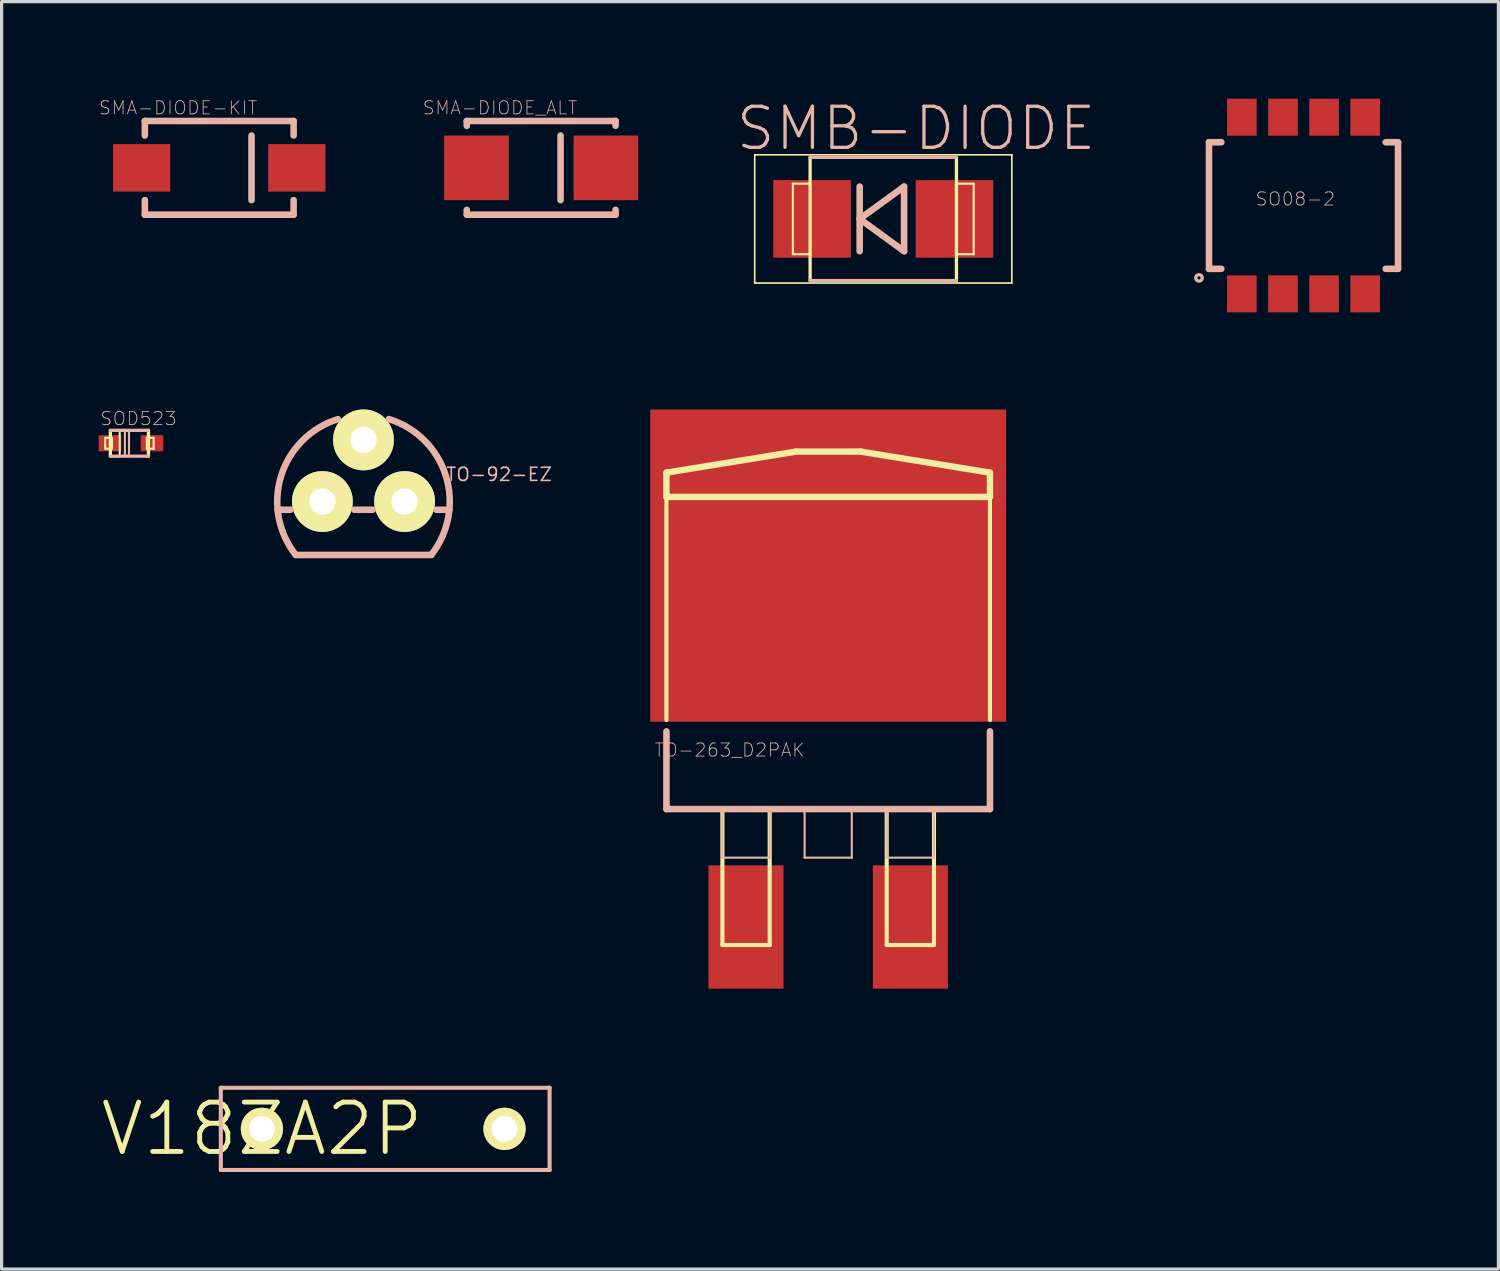
<source format=kicad_pcb>
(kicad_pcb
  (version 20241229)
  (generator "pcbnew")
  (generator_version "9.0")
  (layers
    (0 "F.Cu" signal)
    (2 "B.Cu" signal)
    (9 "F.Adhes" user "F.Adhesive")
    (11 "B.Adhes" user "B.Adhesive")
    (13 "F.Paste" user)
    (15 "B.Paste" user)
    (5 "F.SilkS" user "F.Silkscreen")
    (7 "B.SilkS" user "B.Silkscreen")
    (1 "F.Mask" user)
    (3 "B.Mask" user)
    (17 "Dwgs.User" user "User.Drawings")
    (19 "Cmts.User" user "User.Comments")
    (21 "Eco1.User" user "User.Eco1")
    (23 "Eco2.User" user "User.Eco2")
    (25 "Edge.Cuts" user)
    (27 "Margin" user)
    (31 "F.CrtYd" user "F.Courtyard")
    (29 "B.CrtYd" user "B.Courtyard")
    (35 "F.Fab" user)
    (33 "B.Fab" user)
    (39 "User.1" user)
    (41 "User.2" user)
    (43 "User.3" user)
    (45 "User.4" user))
  (footprint "TO-263_D2PAK"
    (layer "F.Cu")
    (at 22.544 18.554)
    (property "Reference" "TO-263_D2PAK" (at -3.048 1.575 0) (layer "B.SilkS") (effects (font (size 0.406 0.406) (thickness 0.025))))
    (attr smd)
    (fp_line (start -4.999 -6.998) (end -0.998 -7.648) (stroke (width 0.198) (type solid)) (layer "F.SilkS"))
    (fp_line (start -4.999 -6.248) (end -4.999 -6.998) (stroke (width 0.198) (type solid)) (layer "F.SilkS"))
    (fp_line (start -4.999 -6.248) (end -4.999 0.648) (stroke (width 0.127) (type solid)) (layer "F.SilkS"))
    (fp_line (start -3.269 3.399) (end -1.808 3.399) (stroke (width 0.066) (type solid)) (layer "F.SilkS"))
    (fp_line (start -3.269 3.399) (end -1.808 3.399) (stroke (width 0.127) (type solid)) (layer "F.SilkS"))
    (fp_line (start -3.269 7.6) (end -3.269 3.399) (stroke (width 0.066) (type solid)) (layer "F.SilkS"))
    (fp_line (start -3.269 7.6) (end -3.269 3.399) (stroke (width 0.127) (type solid)) (layer "F.SilkS"))
    (fp_line (start -3.269 7.6) (end -1.808 7.6) (stroke (width 0.066) (type solid)) (layer "F.SilkS"))
    (fp_line (start -1.808 3.399) (end -1.808 7.6) (stroke (width 0.127) (type solid)) (layer "F.SilkS"))
    (fp_line (start -1.808 7.6) (end -3.269 7.6) (stroke (width 0.127) (type solid)) (layer "F.SilkS"))
    (fp_line (start -1.808 7.6) (end -1.808 3.399) (stroke (width 0.066) (type solid)) (layer "F.SilkS"))
    (fp_line (start -0.998 -7.648) (end 0.998 -7.648) (stroke (width 0.198) (type solid)) (layer "F.SilkS"))
    (fp_line (start 0.998 -7.648) (end 4.999 -6.998) (stroke (width 0.198) (type solid)) (layer "F.SilkS"))
    (fp_line (start 1.808 3.399) (end 1.808 7.6) (stroke (width 0.127) (type solid)) (layer "F.SilkS"))
    (fp_line (start 1.808 3.399) (end 3.269 3.399) (stroke (width 0.066) (type solid)) (layer "F.SilkS"))
    (fp_line (start 1.808 7.6) (end 1.808 3.399) (stroke (width 0.066) (type solid)) (layer "F.SilkS"))
    (fp_line (start 1.808 7.6) (end 3.269 7.6) (stroke (width 0.066) (type solid)) (layer "F.SilkS"))
    (fp_line (start 1.808 7.6) (end 3.269 7.6) (stroke (width 0.127) (type solid)) (layer "F.SilkS"))
    (fp_line (start 3.269 3.399) (end 1.808 3.399) (stroke (width 0.127) (type solid)) (layer "F.SilkS"))
    (fp_line (start 3.269 7.6) (end 3.269 3.399) (stroke (width 0.066) (type solid)) (layer "F.SilkS"))
    (fp_line (start 3.269 7.6) (end 3.269 3.399) (stroke (width 0.127) (type solid)) (layer "F.SilkS"))
    (fp_line (start 4.999 -6.998) (end 4.999 -6.248) (stroke (width 0.198) (type solid)) (layer "F.SilkS"))
    (fp_line (start 4.999 -6.248) (end -4.999 -6.248) (stroke (width 0.198) (type solid)) (layer "F.SilkS"))
    (fp_line (start 4.999 0.648) (end 4.999 -6.248) (stroke (width 0.127) (type solid)) (layer "F.SilkS"))
    (fp_line (start -4.999 3.399) (end -4.999 0.998) (stroke (width 0.203) (type solid)) (layer "B.SilkS"))
    (fp_line (start -3.269 3.399) (end -1.808 3.399) (stroke (width 0.066) (type solid)) (layer "B.SilkS"))
    (fp_line (start -3.269 4.9) (end -3.269 3.399) (stroke (width 0.066) (type solid)) (layer "B.SilkS"))
    (fp_line (start -3.269 4.9) (end -1.808 4.9) (stroke (width 0.066) (type solid)) (layer "B.SilkS"))
    (fp_line (start -1.808 4.9) (end -1.808 3.399) (stroke (width 0.066) (type solid)) (layer "B.SilkS"))
    (fp_line (start -0.729 3.399) (end 0.729 3.399) (stroke (width 0.066) (type solid)) (layer "B.SilkS"))
    (fp_line (start -0.729 4.9) (end -0.729 3.399) (stroke (width 0.066) (type solid)) (layer "B.SilkS"))
    (fp_line (start -0.729 4.9) (end 0.729 4.9) (stroke (width 0.066) (type solid)) (layer "B.SilkS"))
    (fp_line (start 0.729 4.9) (end 0.729 3.399) (stroke (width 0.066) (type solid)) (layer "B.SilkS"))
    (fp_line (start 1.808 3.399) (end 3.269 3.399) (stroke (width 0.066) (type solid)) (layer "B.SilkS"))
    (fp_line (start 1.808 4.9) (end 1.808 3.399) (stroke (width 0.066) (type solid)) (layer "B.SilkS"))
    (fp_line (start 1.808 4.9) (end 3.269 4.9) (stroke (width 0.066) (type solid)) (layer "B.SilkS"))
    (fp_line (start 3.269 4.9) (end 3.269 3.399) (stroke (width 0.066) (type solid)) (layer "B.SilkS"))
    (fp_line (start 4.999 0.998) (end 4.999 3.399) (stroke (width 0.203) (type solid)) (layer "B.SilkS"))
    (fp_line (start 4.999 3.399) (end -4.999 3.399) (stroke (width 0.203) (type solid)) (layer "B.SilkS"))
    (pad "1" smd rect (at -2.54 7.043) (size 2.319 3.81) (layers "F.Cu" "F.Mask" "F.Paste"))
    (pad "2" smd rect (at 0 -4.125) (size 10.998 9.649) (layers "F.Cu" "F.Mask" "F.Paste"))
    (pad "3" smd rect (at 2.54 7.043) (size 2.319 3.81) (layers "F.Cu" "F.Mask" "F.Paste")))
  (footprint "SMA-DIODE_ALT"
    (layer "F.Cu")
    (at 13.674 2.137)
    (property "Reference" "SMA-DIODE_ALT" (at -1.27 -1.854 0) (layer "B.SilkS") (effects (font (size 0.406 0.406) (thickness 0.025))))
    (attr smd)
    (fp_line (start -2.299 -1.448) (end 2.299 -1.448) (stroke (width 0.203) (type solid)) (layer "B.SilkS"))
    (fp_line (start -2.299 -1.298) (end -2.299 -1.448) (stroke (width 0.203) (type solid)) (layer "B.SilkS"))
    (fp_line (start -2.299 1.448) (end -2.299 1.298) (stroke (width 0.203) (type solid)) (layer "B.SilkS"))
    (fp_line (start 0.599 -0.998) (end 0.599 0.998) (stroke (width 0.203) (type solid)) (layer "B.SilkS"))
    (fp_line (start 2.299 -1.448) (end 2.299 -1.298) (stroke (width 0.203) (type solid)) (layer "B.SilkS"))
    (fp_line (start 2.299 1.298) (end 2.299 1.448) (stroke (width 0.203) (type solid)) (layer "B.SilkS"))
    (fp_line (start 2.299 1.448) (end -2.299 1.448) (stroke (width 0.203) (type solid)) (layer "B.SilkS"))
    (pad "A" smd rect (at -1.999 0 180) (size 1.999 1.999) (layers "F.Cu" "F.Mask" "F.Paste"))
    (pad "C" smd rect (at 1.999 0) (size 1.999 1.999) (layers "F.Cu" "F.Mask" "F.Paste")))
  (footprint "TO-92-EZ"
    (layer "F.Cu")
    (at 8.183 12.449)
    (property "Reference" "TO-92-EZ" (at 4.191 -0.838 0) (layer "B.SilkS") (effects (font (size 0.406 0.406) (thickness 0.051))))
    (attr exclude_from_pos_files exclude_from_bom)
    (fp_circle (center -1.27 0) (end -1.781 0.511) (stroke (width 0) (type solid)) (fill yes) (layer "F.SilkS"))
    (fp_circle (center -1.27 0) (end -1.524 0.254) (stroke (width 0) (type solid)) (fill yes) (layer "F.SilkS"))
    (fp_circle (center 0 -1.905) (end -0.511 -2.416) (stroke (width 0) (type solid)) (fill yes) (layer "F.SilkS"))
    (fp_circle (center 0 -1.905) (end -0.254 -2.159) (stroke (width 0) (type solid)) (fill yes) (layer "F.SilkS"))
    (fp_circle (center 1.27 0) (end 1.524 0.254) (stroke (width 0) (type solid)) (fill yes) (layer "F.SilkS"))
    (fp_circle (center 1.27 0) (end 1.781 0.511) (stroke (width 0) (type solid)) (fill yes) (layer "F.SilkS"))
    (fp_line (start -2.654 0.254) (end -2.253 0.254) (stroke (width 0.203) (type solid)) (layer "B.SilkS"))
    (fp_line (start -2.093 1.651) (end 2.093 1.651) (stroke (width 0.203) (type solid)) (layer "B.SilkS"))
    (fp_line (start -0.284 0.254) (end 0.284 0.254) (stroke (width 0.203) (type solid)) (layer "B.SilkS"))
    (fp_line (start 2.253 0.254) (end 2.654 0.254) (stroke (width 0.203) (type solid)) (layer "B.SilkS"))
    (fp_arc (start -2.09296 1.651) (mid -2.546098 -0.789726) (end -0.791292 -2.545612) (stroke (width 0.2032) (type solid)) (layer "B.SilkS"))
    (fp_arc (start 0.78486 -2.54762) (mid 2.54411 -0.796164) (end 2.097139 1.645715) (stroke (width 0.2032) (type solid)) (layer "B.SilkS"))
    (pad "1" thru_hole circle (at -1.27 0) (size 1.88 1.88) (drill 0.813) (layers "*.Cu" "F.Mask" "F.SilkS" "F.Paste"))
    (pad "2" thru_hole circle (at 0 -1.905) (size 1.88 1.88) (drill 0.813) (layers "*.Cu" "F.Mask" "F.SilkS" "F.Paste"))
    (pad "3" thru_hole circle (at 1.27 0) (size 1.88 1.88) (drill 0.813) (layers "*.Cu" "F.Mask" "F.SilkS" "F.Paste")))
  (footprint "SMA-DIODE-KIT"
    (layer "F.Cu")
    (at 3.725 2.137)
    (property "Reference" "SMA-DIODE-KIT" (at -1.27 -1.854 0) (layer "B.SilkS") (effects (font (size 0.406 0.406) (thickness 0.025))))
    (attr smd)
    (fp_line (start -2.299 -1.448) (end 2.299 -1.448) (stroke (width 0.203) (type solid)) (layer "B.SilkS"))
    (fp_line (start -2.299 -0.998) (end -2.299 -1.448) (stroke (width 0.203) (type solid)) (layer "B.SilkS"))
    (fp_line (start -2.299 1.448) (end -2.299 0.998) (stroke (width 0.203) (type solid)) (layer "B.SilkS"))
    (fp_line (start 0.998 -0.998) (end 0.998 0.998) (stroke (width 0.203) (type solid)) (layer "B.SilkS"))
    (fp_line (start 2.299 -1.448) (end 2.299 -0.998) (stroke (width 0.203) (type solid)) (layer "B.SilkS"))
    (fp_line (start 2.299 0.998) (end 2.299 1.448) (stroke (width 0.203) (type solid)) (layer "B.SilkS"))
    (fp_line (start 2.299 1.448) (end -2.299 1.448) (stroke (width 0.203) (type solid)) (layer "B.SilkS"))
    (pad "A" smd rect (at -2.398 0 180) (size 1.768 1.468) (layers "F.Cu" "F.Mask" "F.Paste"))
    (pad "C" smd rect (at 2.398 0) (size 1.768 1.468) (layers "F.Cu" "F.Mask" "F.Paste")))
  (footprint "V18ZA2P"
    (layer "F.Cu")
    (at 5.044 31.836)
    (property "Reference" "V18ZA2P" (at 0 0 0) (layer "F.SilkS") (effects (font (size 1.524 1.524) (thickness 0.15))))
    (attr exclude_from_pos_files exclude_from_bom)
    (fp_line (start -1.27 -1.27) (end -1.27 1.27) (stroke (width 0.127) (type solid)) (layer "B.SilkS"))
    (fp_line (start -1.27 1.27) (end 8.89 1.27) (stroke (width 0.127) (type solid)) (layer "B.SilkS"))
    (fp_line (start 8.89 -1.27) (end -1.27 -1.27) (stroke (width 0.127) (type solid)) (layer "B.SilkS"))
    (fp_line (start 8.89 1.27) (end 8.89 -1.27) (stroke (width 0.127) (type solid)) (layer "B.SilkS"))
    (pad "P$1" thru_hole circle (at 0 0) (size 1.306 1.306) (drill 0.798) (layers "*.Cu" "F.Mask" "F.SilkS" "F.Paste"))
    (pad "P$2" thru_hole circle (at 7.498 0) (size 1.306 1.306) (drill 0.798) (layers "*.Cu" "F.Mask" "F.SilkS" "F.Paste")))
  (footprint "SMB-DIODE"
    (layer "F.Cu")
    (at 24.246 3.715)
    (property "Reference" "SMB-DIODE" (at 1.016 -2.794 0) (layer "B.SilkS") (effects (font (size 1.27 1.27) (thickness 0.102))))
    (attr smd)
    (fp_line (start -3.973 -1.981) (end 3.973 -1.981) (stroke (width 0.051) (type solid)) (layer "F.SilkS"))
    (fp_line (start -3.973 1.981) (end -3.973 -1.981) (stroke (width 0.051) (type solid)) (layer "F.SilkS"))
    (fp_line (start -2.794 -1.09) (end -2.261 -1.09) (stroke (width 0.066) (type solid)) (layer "F.SilkS"))
    (fp_line (start -2.794 1.09) (end -2.794 -1.09) (stroke (width 0.066) (type solid)) (layer "F.SilkS"))
    (fp_line (start -2.794 1.09) (end -2.261 1.09) (stroke (width 0.066) (type solid)) (layer "F.SilkS"))
    (fp_line (start -2.261 1.09) (end -2.261 -1.09) (stroke (width 0.066) (type solid)) (layer "F.SilkS"))
    (fp_line (start -2.261 1.905) (end -2.261 -1.905) (stroke (width 0.102) (type solid)) (layer "F.SilkS"))
    (fp_line (start 2.261 -1.09) (end 2.794 -1.09) (stroke (width 0.066) (type solid)) (layer "F.SilkS"))
    (fp_line (start 2.261 1.09) (end 2.261 -1.09) (stroke (width 0.066) (type solid)) (layer "F.SilkS"))
    (fp_line (start 2.261 1.09) (end 2.794 1.09) (stroke (width 0.066) (type solid)) (layer "F.SilkS"))
    (fp_line (start 2.261 1.905) (end 2.261 -1.905) (stroke (width 0.102) (type solid)) (layer "F.SilkS"))
    (fp_line (start 2.794 1.09) (end 2.794 -1.09) (stroke (width 0.066) (type solid)) (layer "F.SilkS"))
    (fp_line (start 3.973 -1.981) (end 3.973 1.981) (stroke (width 0.051) (type solid)) (layer "F.SilkS"))
    (fp_line (start 3.973 1.981) (end -3.973 1.981) (stroke (width 0.051) (type solid)) (layer "F.SilkS"))
    (fp_line (start -2.261 -1.905) (end 2.261 -1.905) (stroke (width 0.102) (type solid)) (layer "B.SilkS"))
    (fp_line (start -2.261 1.905) (end 2.261 1.905) (stroke (width 0.102) (type solid)) (layer "B.SilkS"))
    (fp_line (start -0.729 -0.998) (end -0.729 0.998) (stroke (width 0.203) (type solid)) (layer "B.SilkS"))
    (fp_line (start -0.729 0) (end 0.643 0.998) (stroke (width 0.203) (type solid)) (layer "B.SilkS"))
    (fp_line (start 0.643 -0.998) (end -0.729 0) (stroke (width 0.203) (type solid)) (layer "B.SilkS"))
    (fp_line (start 0.643 0.998) (end 0.643 -0.998) (stroke (width 0.203) (type solid)) (layer "B.SilkS"))
    (pad "A" smd rect (at 2.2 0) (size 2.398 2.398) (layers "F.Cu" "F.Mask" "F.Paste"))
    (pad "C" smd rect (at -2.2 0) (size 2.398 2.398) (layers "F.Cu" "F.Mask" "F.Paste")))
  (footprint "SOD523"
    (layer "F.Cu")
    (at 0.949 10.648)
    (property "Reference" "SOD523" (at 0.279 -0.762 0) (layer "B.SilkS") (effects (font (size 0.406 0.406) (thickness 0.025))))
    (attr smd)
    (fp_line (start -0.749 -0.168) (end -0.538 -0.168) (stroke (width 0.066) (type solid)) (layer "F.SilkS"))
    (fp_line (start -0.749 0.168) (end -0.749 -0.168) (stroke (width 0.066) (type solid)) (layer "F.SilkS"))
    (fp_line (start -0.749 0.168) (end -0.538 0.168) (stroke (width 0.066) (type solid)) (layer "F.SilkS"))
    (fp_line (start -0.589 -0.399) (end -0.3 -0.399) (stroke (width 0.066) (type solid)) (layer "F.SilkS"))
    (fp_line (start -0.589 0.399) (end -0.589 -0.399) (stroke (width 0.066) (type solid)) (layer "F.SilkS"))
    (fp_line (start -0.589 0.399) (end -0.589 -0.399) (stroke (width 0.102) (type solid)) (layer "F.SilkS"))
    (fp_line (start -0.589 0.399) (end -0.3 0.399) (stroke (width 0.066) (type solid)) (layer "F.SilkS"))
    (fp_line (start -0.538 0.168) (end -0.538 -0.168) (stroke (width 0.066) (type solid)) (layer "F.SilkS"))
    (fp_line (start -0.3 0.399) (end -0.3 -0.399) (stroke (width 0.066) (type solid)) (layer "F.SilkS"))
    (fp_line (start 0.538 -0.168) (end 0.749 -0.168) (stroke (width 0.066) (type solid)) (layer "F.SilkS"))
    (fp_line (start 0.538 0.168) (end 0.538 -0.168) (stroke (width 0.066) (type solid)) (layer "F.SilkS"))
    (fp_line (start 0.538 0.168) (end 0.749 0.168) (stroke (width 0.066) (type solid)) (layer "F.SilkS"))
    (fp_line (start 0.589 -0.399) (end 0.589 0.399) (stroke (width 0.102) (type solid)) (layer "F.SilkS"))
    (fp_line (start 0.749 0.168) (end 0.749 -0.168) (stroke (width 0.066) (type solid)) (layer "F.SilkS"))
    (fp_line (start -0.589 -0.399) (end 0.589 -0.399) (stroke (width 0.102) (type solid)) (layer "B.SilkS"))
    (fp_line (start -0.14 -0.381) (end -0.013 -0.381) (stroke (width 0.066) (type solid)) (layer "B.SilkS"))
    (fp_line (start -0.14 0.394) (end -0.14 -0.381) (stroke (width 0.066) (type solid)) (layer "B.SilkS"))
    (fp_line (start -0.14 0.394) (end -0.013 0.394) (stroke (width 0.066) (type solid)) (layer "B.SilkS"))
    (fp_line (start -0.013 0.394) (end -0.013 -0.381) (stroke (width 0.066) (type solid)) (layer "B.SilkS"))
    (fp_line (start 0.589 0.399) (end -0.589 0.399) (stroke (width 0.102) (type solid)) (layer "B.SilkS"))
    (pad "A" smd rect (at 0.699 0) (size 0.699 0.498) (layers "F.Cu" "F.Mask" "F.Paste"))
    (pad "C" smd rect (at -0.599 0) (size 0.699 0.498) (layers "F.Cu" "F.Mask" "F.Paste")))
  (footprint "SO08-2"
    (layer "F.Cu")
    (at 37.233 3.302)
    (property "Reference" "SO08-2" (at -0.254 -0.203 0) (layer "B.SilkS") (effects (font (size 0.406 0.406) (thickness 0.025))))
    (attr smd)
    (fp_line (start -2.921 -1.956) (end -2.921 1.956) (stroke (width 0.203) (type solid)) (layer "B.SilkS"))
    (fp_line (start -2.921 -1.956) (end -2.54 -1.956) (stroke (width 0.203) (type solid)) (layer "B.SilkS"))
    (fp_line (start -2.921 1.956) (end -2.54 1.956) (stroke (width 0.203) (type solid)) (layer "B.SilkS"))
    (fp_line (start 2.921 -1.956) (end 2.54 -1.956) (stroke (width 0.203) (type solid)) (layer "B.SilkS"))
    (fp_line (start 2.921 1.956) (end 2.54 1.956) (stroke (width 0.203) (type solid)) (layer "B.SilkS"))
    (fp_line (start 2.921 1.956) (end 2.921 -1.956) (stroke (width 0.203) (type solid)) (layer "B.SilkS"))
    (fp_circle (center -3.231 2.235) (end -3.302 2.306) (stroke (width 0.102) (type solid)) (fill no) (layer "B.SilkS"))
    (pad "1" smd rect (at -1.905 2.731) (size 0.914 1.143) (layers "F.Cu" "F.Mask" "F.Paste"))
    (pad "2" smd rect (at -0.635 2.731) (size 0.914 1.143) (layers "F.Cu" "F.Mask" "F.Paste"))
    (pad "3" smd rect (at 0.635 2.731) (size 0.914 1.143) (layers "F.Cu" "F.Mask" "F.Paste"))
    (pad "4" smd rect (at 1.905 2.731) (size 0.914 1.143) (layers "F.Cu" "F.Mask" "F.Paste"))
    (pad "5" smd rect (at 1.905 -2.731) (size 0.914 1.143) (layers "F.Cu" "F.Mask" "F.Paste"))
    (pad "6" smd rect (at 0.635 -2.731) (size 0.914 1.143) (layers "F.Cu" "F.Mask" "F.Paste"))
    (pad "7" smd rect (at -0.635 -2.731) (size 0.914 1.143) (layers "F.Cu" "F.Mask" "F.Paste"))
    (pad "8" smd rect (at -1.905 -2.731) (size 0.914 1.143) (layers "F.Cu" "F.Mask" "F.Paste")))
  (gr_rect
    (start -3 -3)
    (end 43.256 36.169)
    (stroke (width 0.1) (type default))
    (fill no)
    (layer "Edge.Cuts")))
</source>
